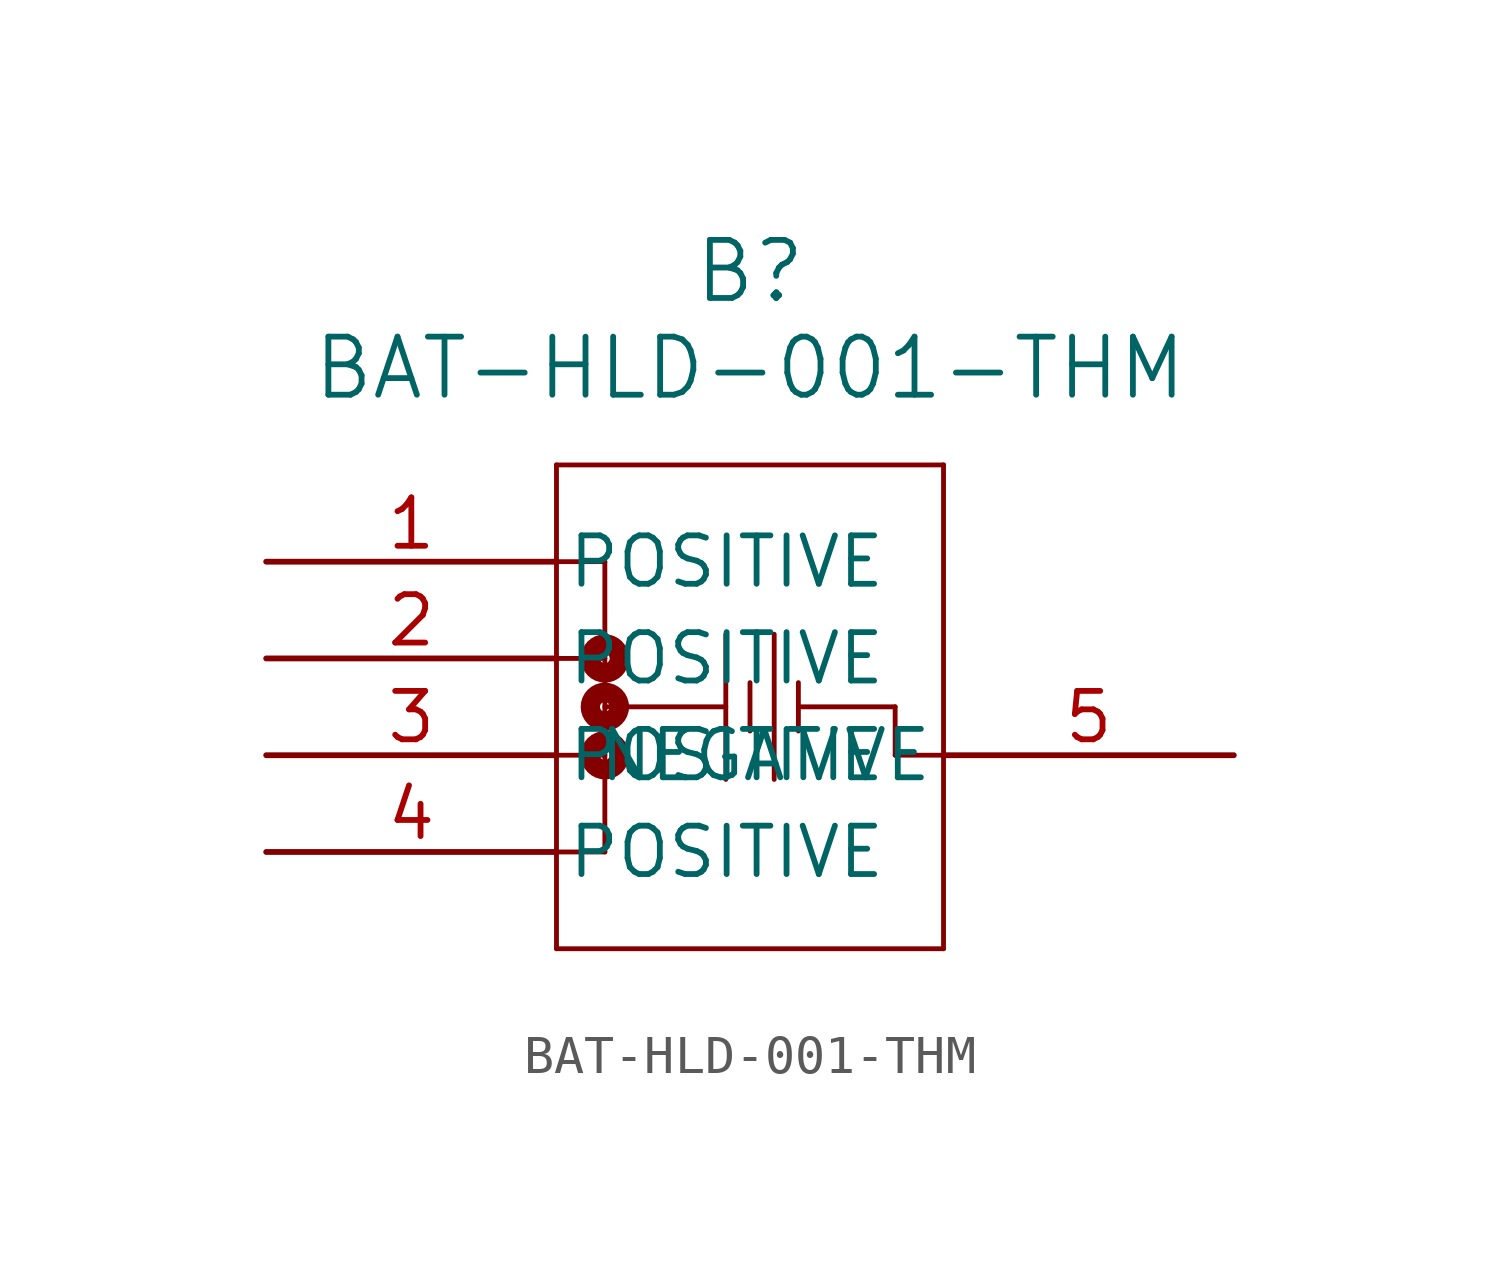
<source format=kicad_sym>
(kicad_symbol_lib
  (version 20211014)
  (generator kicad_symbol_editor)
  (symbol "BAT-HLD-001-THM"
    (pin_names
      (offset 0.254))
    (property "Reference" "B"
      (at 12.7 7.62 0)
      (effects (font (size 1.524 1.524))))
    (property "Value" "BAT-HLD-001-THM"
      (at 12.7 5.08 0)
      (effects (font (size 1.524 1.524))))
    (symbol "BAT-HLD-001-THM_0_1"
      (polyline (pts (xy 7.62 2.54) (xy 7.62 -10.16)) (stroke (width 0.127) (type default) (color 0 0 0 0)) (fill (type none)))
      (polyline (pts (xy 17.78 2.54) (xy 7.62 2.54)) (stroke (width 0.127) (type default) (color 0 0 0 0)) (fill (type none)))
      (polyline (pts (xy 17.78 -10.16) (xy 17.78 2.54)) (stroke (width 0.127) (type default) (color 0 0 0 0)) (fill (type none)))
      (polyline (pts (xy 7.62 -10.16) (xy 17.78 -10.16)) (stroke (width 0.127) (type default) (color 0 0 0 0)) (fill (type none)))
      (polyline (pts (xy 13.97 -3.81) (xy 16.51 -3.81)) (stroke (width 0.127) (type default) (color 0 0 0 0)) (fill (type none)))
      (polyline (pts (xy 12.065 -5.715) (xy 12.065 -1.905)) (stroke (width 0.127) (type default) (color 0 0 0 0)) (fill (type none)))
      (polyline (pts (xy 13.335 -5.715) (xy 13.335 -1.905)) (stroke (width 0.127) (type default) (color 0 0 0 0)) (fill (type none)))
      (polyline (pts (xy 13.97 -3.175) (xy 13.97 -4.445)) (stroke (width 0.127) (type default) (color 0 0 0 0)) (fill (type none)))
      (polyline (pts (xy 12.7 -3.175) (xy 12.7 -4.445)) (stroke (width 0.127) (type default) (color 0 0 0 0)) (fill (type none)))
      (polyline (pts (xy 8.89 -3.81) (xy 12.065 -3.81)) (stroke (width 0.127) (type default) (color 0 0 0 0)) (fill (type none)))
      (polyline (pts (xy 8.89 0) (xy 8.89 -7.62)) (stroke (width 0.127) (type default) (color 0 0 0 0)) (fill (type none)))
      (polyline (pts (xy 7.62 -7.62) (xy 8.89 -7.62)) (stroke (width 0.127) (type default) (color 0 0 0 0)) (fill (type none)))
      (circle (center 8.89 -3.81) (radius 0.127) (stroke (width 0.508) (type default) (color 0 0 0 0)) (fill (type none)))
      (circle (center 8.89 -2.54) (radius 0.127) (stroke (width 0.508) (type default) (color 0 0 0 0)) (fill (type none)))
      (circle (center 8.89 -5.08) (radius 0.127) (stroke (width 0.508) (type default) (color 0 0 0 0)) (fill (type none)))
      (polyline (pts (xy 16.51 -3.81) (xy 16.51 -5.08)) (stroke (width 0.127) (type default) (color 0 0 0 0)) (fill (type none)))
      (polyline (pts (xy 16.51 -5.08) (xy 17.78 -5.08)) (stroke (width 0.127) (type default) (color 0 0 0 0)) (fill (type none)))
      (polyline (pts (xy 7.62 0) (xy 8.89 0)) (stroke (width 0.127) (type default) (color 0 0 0 0)) (fill (type none)))
      (polyline (pts (xy 7.62 -2.54) (xy 8.89 -2.54)) (stroke (width 0.127) (type default) (color 0 0 0 0)) (fill (type none)))
      (polyline (pts (xy 7.62 -5.08) (xy 8.89 -5.08)) (stroke (width 0.127) (type default) (color 0 0 0 0)) (fill (type none)))
      (pin unspecified line (at 0 0 0) (length 7.62) (name "POSITIVE" (effects (font (size 1.27 1.27)))) (number "1" (effects (font (size 1.27 1.27)))))
      (pin unspecified line (at 0 -2.54 0) (length 7.62) (name "POSITIVE" (effects (font (size 1.27 1.27)))) (number "2" (effects (font (size 1.27 1.27)))))
      (pin unspecified line (at 0 -5.08 0) (length 7.62) (name "POSITIVE" (effects (font (size 1.27 1.27)))) (number "3" (effects (font (size 1.27 1.27)))))
      (pin unspecified line (at 0 -7.62 0) (length 7.62) (name "POSITIVE" (effects (font (size 1.27 1.27)))) (number "4" (effects (font (size 1.27 1.27)))))
      (pin unspecified line (at 25.4 -5.08 180) (length 7.62) (name "NEGATIVE" (effects (font (size 1.27 1.27)))) (number "5" (effects (font (size 1.27 1.27))))))))
</source>
